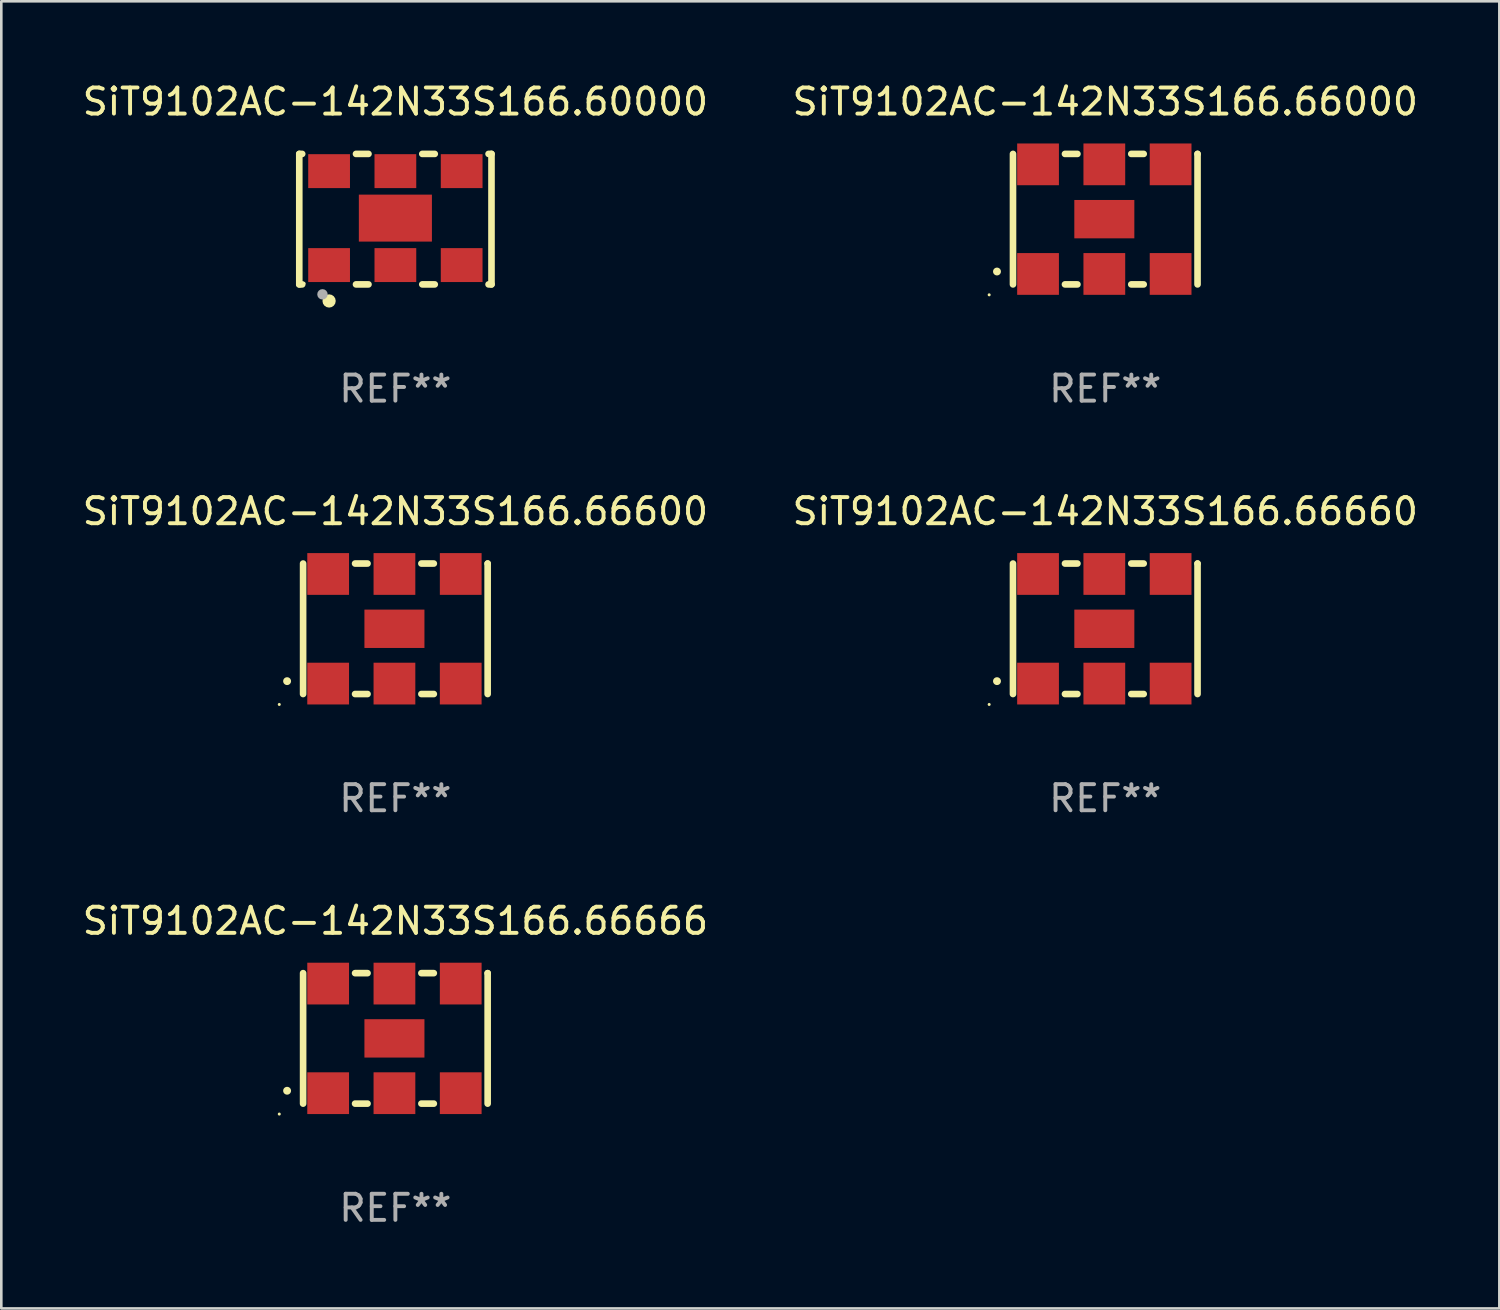
<source format=kicad_pcb>
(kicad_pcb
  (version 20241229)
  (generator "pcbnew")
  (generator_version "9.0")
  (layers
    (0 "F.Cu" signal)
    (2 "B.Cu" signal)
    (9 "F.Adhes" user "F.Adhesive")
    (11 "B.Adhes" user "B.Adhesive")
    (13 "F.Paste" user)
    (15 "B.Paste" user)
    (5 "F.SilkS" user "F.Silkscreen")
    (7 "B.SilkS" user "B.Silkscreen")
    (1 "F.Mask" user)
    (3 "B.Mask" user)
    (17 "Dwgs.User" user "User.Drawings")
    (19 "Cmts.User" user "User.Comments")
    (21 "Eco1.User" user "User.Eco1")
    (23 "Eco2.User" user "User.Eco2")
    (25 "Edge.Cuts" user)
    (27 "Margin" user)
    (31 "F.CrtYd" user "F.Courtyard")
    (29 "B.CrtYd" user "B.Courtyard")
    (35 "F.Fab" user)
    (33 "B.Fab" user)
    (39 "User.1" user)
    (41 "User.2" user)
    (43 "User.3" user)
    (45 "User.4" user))
  (footprint "SiT9102AC-142N33S166.66000"
    (layer "F.Cu")
    (at 39.304 5.348)
    (property "Reference" "SiT9102AC-142N33S166.66000" (at 0 -4.5 0) (layer "F.SilkS") (effects (font (size 1 1) (thickness 0.15))))
    (attr through_hole)
    (fp_line (start -3.536 -2.5) (end -3.536 2.5) (stroke (width 0.254) (type solid)) (layer "F.SilkS"))
    (fp_line (start -1.544 2.5) (end -1.067 2.5) (stroke (width 0.254) (type solid)) (layer "F.SilkS"))
    (fp_line (start -1.067 -2.5) (end -1.544 -2.5) (stroke (width 0.254) (type solid)) (layer "F.SilkS"))
    (fp_line (start 0.996 2.5) (end 1.473 2.5) (stroke (width 0.254) (type solid)) (layer "F.SilkS"))
    (fp_line (start 1.473 -2.5) (end 0.996 -2.5) (stroke (width 0.254) (type solid)) (layer "F.SilkS"))
    (fp_line (start 3.536 -2.5) (end 3.536 -2.5) (stroke (width 0.254) (type solid)) (layer "F.SilkS"))
    (fp_line (start 3.536 2.5) (end 3.536 -2.5) (stroke (width 0.254) (type solid)) (layer "F.SilkS"))
    (fp_arc (start -4.150432 2.006604) (mid -4.149162 2.006599) (end -4.147892 2.006604) (stroke (width 0.3) (type solid)) (layer "F.SilkS"))
    (fp_circle (center -4.449 2.9) (end -4.419 2.9) (stroke (width 0.06) (type solid)) (fill no) (layer "F.SilkS"))
    (fp_text user "REF**" (at 0 6.5 0) (layer "F.Fab") (effects (font (size 1 1) (thickness 0.15))))
    (pad "1" smd rect (at -2.576 2.1) (size 1.6 1.6) (layers "F.Cu" "F.Mask" "F.Paste"))
    (pad "2" smd rect (at -0.036 2.1) (size 1.6 1.6) (layers "F.Cu" "F.Mask" "F.Paste"))
    (pad "3" smd rect (at 2.504 2.1) (size 1.6 1.6) (layers "F.Cu" "F.Mask" "F.Paste"))
    (pad "4" smd rect (at 2.504 -2.1) (size 1.6 1.6) (layers "F.Cu" "F.Mask" "F.Paste"))
    (pad "5" smd rect (at -0.036 -2.1) (size 1.6 1.6) (layers "F.Cu" "F.Mask" "F.Paste"))
    (pad "6" smd rect (at -2.576 -2.1) (size 1.6 1.6) (layers "F.Cu" "F.Mask" "F.Paste"))
    (pad "7" smd rect (at -0.036 0) (size 2.3 1.47) (layers "F.Cu" "F.Mask" "F.Paste")))
  (footprint "SiT9102AC-142N33S166.66660"
    (layer "F.Cu")
    (at 39.304 21.045)
    (property "Reference" "SiT9102AC-142N33S166.66660" (at 0 -4.5 0) (layer "F.SilkS") (effects (font (size 1 1) (thickness 0.15))))
    (attr through_hole)
    (fp_line (start -3.536 -2.5) (end -3.536 2.5) (stroke (width 0.254) (type solid)) (layer "F.SilkS"))
    (fp_line (start -1.544 2.5) (end -1.067 2.5) (stroke (width 0.254) (type solid)) (layer "F.SilkS"))
    (fp_line (start -1.067 -2.5) (end -1.544 -2.5) (stroke (width 0.254) (type solid)) (layer "F.SilkS"))
    (fp_line (start 0.996 2.5) (end 1.473 2.5) (stroke (width 0.254) (type solid)) (layer "F.SilkS"))
    (fp_line (start 1.473 -2.5) (end 0.996 -2.5) (stroke (width 0.254) (type solid)) (layer "F.SilkS"))
    (fp_line (start 3.536 -2.5) (end 3.536 -2.5) (stroke (width 0.254) (type solid)) (layer "F.SilkS"))
    (fp_line (start 3.536 2.5) (end 3.536 -2.5) (stroke (width 0.254) (type solid)) (layer "F.SilkS"))
    (fp_arc (start -4.150432 2.006604) (mid -4.149162 2.006599) (end -4.147892 2.006604) (stroke (width 0.3) (type solid)) (layer "F.SilkS"))
    (fp_circle (center -4.449 2.9) (end -4.419 2.9) (stroke (width 0.06) (type solid)) (fill no) (layer "F.SilkS"))
    (fp_text user "REF**" (at 0 6.5 0) (layer "F.Fab") (effects (font (size 1 1) (thickness 0.15))))
    (pad "1" smd rect (at -2.576 2.1) (size 1.6 1.6) (layers "F.Cu" "F.Mask" "F.Paste"))
    (pad "2" smd rect (at -0.036 2.1) (size 1.6 1.6) (layers "F.Cu" "F.Mask" "F.Paste"))
    (pad "3" smd rect (at 2.504 2.1) (size 1.6 1.6) (layers "F.Cu" "F.Mask" "F.Paste"))
    (pad "4" smd rect (at 2.504 -2.1) (size 1.6 1.6) (layers "F.Cu" "F.Mask" "F.Paste"))
    (pad "5" smd rect (at -0.036 -2.1) (size 1.6 1.6) (layers "F.Cu" "F.Mask" "F.Paste"))
    (pad "6" smd rect (at -2.576 -2.1) (size 1.6 1.6) (layers "F.Cu" "F.Mask" "F.Paste"))
    (pad "7" smd rect (at -0.036 0) (size 2.3 1.47) (layers "F.Cu" "F.Mask" "F.Paste")))
  (footprint "SiT9102AC-142N33S166.60000"
    (layer "F.Cu")
    (at 12.101 5.348)
    (property "Reference" "SiT9102AC-142N33S166.60000" (at 0 -4.5 0) (layer "F.SilkS") (effects (font (size 1 1) (thickness 0.15))))
    (attr through_hole)
    (fp_line (start -3.683 -2.5) (end -3.571 -2.5) (stroke (width 0.254) (type solid)) (layer "F.SilkS"))
    (fp_line (start -3.683 2.5) (end -3.683 -2.5) (stroke (width 0.254) (type solid)) (layer "F.SilkS"))
    (fp_line (start -3.683 2.5) (end -3.571 2.5) (stroke (width 0.254) (type solid)) (layer "F.SilkS"))
    (fp_line (start -1.509 -2.5) (end -1.031 -2.5) (stroke (width 0.254) (type solid)) (layer "F.SilkS"))
    (fp_line (start -1.509 2.5) (end -1.031 2.5) (stroke (width 0.254) (type solid)) (layer "F.SilkS"))
    (fp_line (start 1.031 -2.5) (end 1.509 -2.5) (stroke (width 0.254) (type solid)) (layer "F.SilkS"))
    (fp_line (start 1.031 2.5) (end 1.509 2.5) (stroke (width 0.254) (type solid)) (layer "F.SilkS"))
    (fp_line (start 3.571 -2.5) (end 3.683 -2.5) (stroke (width 0.254) (type solid)) (layer "F.SilkS"))
    (fp_line (start 3.571 2.5) (end 3.683 2.5) (stroke (width 0.254) (type solid)) (layer "F.SilkS"))
    (fp_line (start 3.683 2.5) (end 3.683 -2.5) (stroke (width 0.254) (type solid)) (layer "F.SilkS"))
    (fp_circle (center -3.5 2.46) (end -3.47 2.46) (stroke (width 0.06) (type solid)) (fill no) (layer "F.SilkS"))
    (fp_circle (center -2.54 3.135) (end -2.413 3.135) (stroke (width 0.254) (type solid)) (fill no) (layer "F.SilkS"))
    (fp_circle (center -2.794 2.881) (end -2.694 2.881) (stroke (width 0.2) (type solid)) (fill no) (layer "F.Fab"))
    (fp_text user "REF**" (at 0 6.5 0) (layer "F.Fab") (effects (font (size 1 1) (thickness 0.15))))
    (pad "1" smd rect (at -2.54 1.76) (size 1.6 1.3) (layers "F.Cu" "F.Mask" "F.Paste"))
    (pad "2" smd rect (at 0 1.76) (size 1.6 1.3) (layers "F.Cu" "F.Mask" "F.Paste"))
    (pad "3" smd rect (at 2.54 1.76) (size 1.6 1.3) (layers "F.Cu" "F.Mask" "F.Paste"))
    (pad "4" smd rect (at 2.54 -1.84) (size 1.6 1.3) (layers "F.Cu" "F.Mask" "F.Paste"))
    (pad "5" smd rect (at 0 -1.84) (size 1.6 1.3) (layers "F.Cu" "F.Mask" "F.Paste"))
    (pad "6" smd rect (at -2.54 -1.84) (size 1.6 1.3) (layers "F.Cu" "F.Mask" "F.Paste"))
    (pad "7" smd rect (at 0 -0.04) (size 2.8 1.8) (layers "F.Cu" "F.Mask" "F.Paste")))
  (footprint "SiT9102AC-142N33S166.66600"
    (layer "F.Cu")
    (at 12.101 21.045)
    (property "Reference" "SiT9102AC-142N33S166.66600" (at 0 -4.5 0) (layer "F.SilkS") (effects (font (size 1 1) (thickness 0.15))))
    (attr through_hole)
    (fp_line (start -3.536 -2.5) (end -3.536 2.5) (stroke (width 0.254) (type solid)) (layer "F.SilkS"))
    (fp_line (start -1.544 2.5) (end -1.067 2.5) (stroke (width 0.254) (type solid)) (layer "F.SilkS"))
    (fp_line (start -1.067 -2.5) (end -1.544 -2.5) (stroke (width 0.254) (type solid)) (layer "F.SilkS"))
    (fp_line (start 0.996 2.5) (end 1.473 2.5) (stroke (width 0.254) (type solid)) (layer "F.SilkS"))
    (fp_line (start 1.473 -2.5) (end 0.996 -2.5) (stroke (width 0.254) (type solid)) (layer "F.SilkS"))
    (fp_line (start 3.536 -2.5) (end 3.536 -2.5) (stroke (width 0.254) (type solid)) (layer "F.SilkS"))
    (fp_line (start 3.536 2.5) (end 3.536 -2.5) (stroke (width 0.254) (type solid)) (layer "F.SilkS"))
    (fp_arc (start -4.150432 2.006604) (mid -4.149162 2.006599) (end -4.147892 2.006604) (stroke (width 0.3) (type solid)) (layer "F.SilkS"))
    (fp_circle (center -4.449 2.9) (end -4.419 2.9) (stroke (width 0.06) (type solid)) (fill no) (layer "F.SilkS"))
    (fp_text user "REF**" (at 0 6.5 0) (layer "F.Fab") (effects (font (size 1 1) (thickness 0.15))))
    (pad "1" smd rect (at -2.576 2.1) (size 1.6 1.6) (layers "F.Cu" "F.Mask" "F.Paste"))
    (pad "2" smd rect (at -0.036 2.1) (size 1.6 1.6) (layers "F.Cu" "F.Mask" "F.Paste"))
    (pad "3" smd rect (at 2.504 2.1) (size 1.6 1.6) (layers "F.Cu" "F.Mask" "F.Paste"))
    (pad "4" smd rect (at 2.504 -2.1) (size 1.6 1.6) (layers "F.Cu" "F.Mask" "F.Paste"))
    (pad "5" smd rect (at -0.036 -2.1) (size 1.6 1.6) (layers "F.Cu" "F.Mask" "F.Paste"))
    (pad "6" smd rect (at -2.576 -2.1) (size 1.6 1.6) (layers "F.Cu" "F.Mask" "F.Paste"))
    (pad "7" smd rect (at -0.036 0) (size 2.3 1.47) (layers "F.Cu" "F.Mask" "F.Paste")))
  (footprint "SiT9102AC-142N33S166.66666"
    (layer "F.Cu")
    (at 12.101 36.741)
    (property "Reference" "SiT9102AC-142N33S166.66666" (at 0 -4.5 0) (layer "F.SilkS") (effects (font (size 1 1) (thickness 0.15))))
    (attr through_hole)
    (fp_line (start -3.536 -2.5) (end -3.536 2.5) (stroke (width 0.254) (type solid)) (layer "F.SilkS"))
    (fp_line (start -1.544 2.5) (end -1.067 2.5) (stroke (width 0.254) (type solid)) (layer "F.SilkS"))
    (fp_line (start -1.067 -2.5) (end -1.544 -2.5) (stroke (width 0.254) (type solid)) (layer "F.SilkS"))
    (fp_line (start 0.996 2.5) (end 1.473 2.5) (stroke (width 0.254) (type solid)) (layer "F.SilkS"))
    (fp_line (start 1.473 -2.5) (end 0.996 -2.5) (stroke (width 0.254) (type solid)) (layer "F.SilkS"))
    (fp_line (start 3.536 -2.5) (end 3.536 -2.5) (stroke (width 0.254) (type solid)) (layer "F.SilkS"))
    (fp_line (start 3.536 2.5) (end 3.536 -2.5) (stroke (width 0.254) (type solid)) (layer "F.SilkS"))
    (fp_arc (start -4.150432 2.006604) (mid -4.149162 2.006599) (end -4.147892 2.006604) (stroke (width 0.3) (type solid)) (layer "F.SilkS"))
    (fp_circle (center -4.449 2.9) (end -4.419 2.9) (stroke (width 0.06) (type solid)) (fill no) (layer "F.SilkS"))
    (fp_text user "REF**" (at 0 6.5 0) (layer "F.Fab") (effects (font (size 1 1) (thickness 0.15))))
    (pad "1" smd rect (at -2.576 2.1) (size 1.6 1.6) (layers "F.Cu" "F.Mask" "F.Paste"))
    (pad "2" smd rect (at -0.036 2.1) (size 1.6 1.6) (layers "F.Cu" "F.Mask" "F.Paste"))
    (pad "3" smd rect (at 2.504 2.1) (size 1.6 1.6) (layers "F.Cu" "F.Mask" "F.Paste"))
    (pad "4" smd rect (at 2.504 -2.1) (size 1.6 1.6) (layers "F.Cu" "F.Mask" "F.Paste"))
    (pad "5" smd rect (at -0.036 -2.1) (size 1.6 1.6) (layers "F.Cu" "F.Mask" "F.Paste"))
    (pad "6" smd rect (at -2.576 -2.1) (size 1.6 1.6) (layers "F.Cu" "F.Mask" "F.Paste"))
    (pad "7" smd rect (at -0.036 0) (size 2.3 1.47) (layers "F.Cu" "F.Mask" "F.Paste")))
  (gr_rect
    (start -3 -3)
    (end 54.405 47.09)
    (stroke (width 0.1) (type default))
    (fill no)
    (layer "Edge.Cuts")))
</source>
